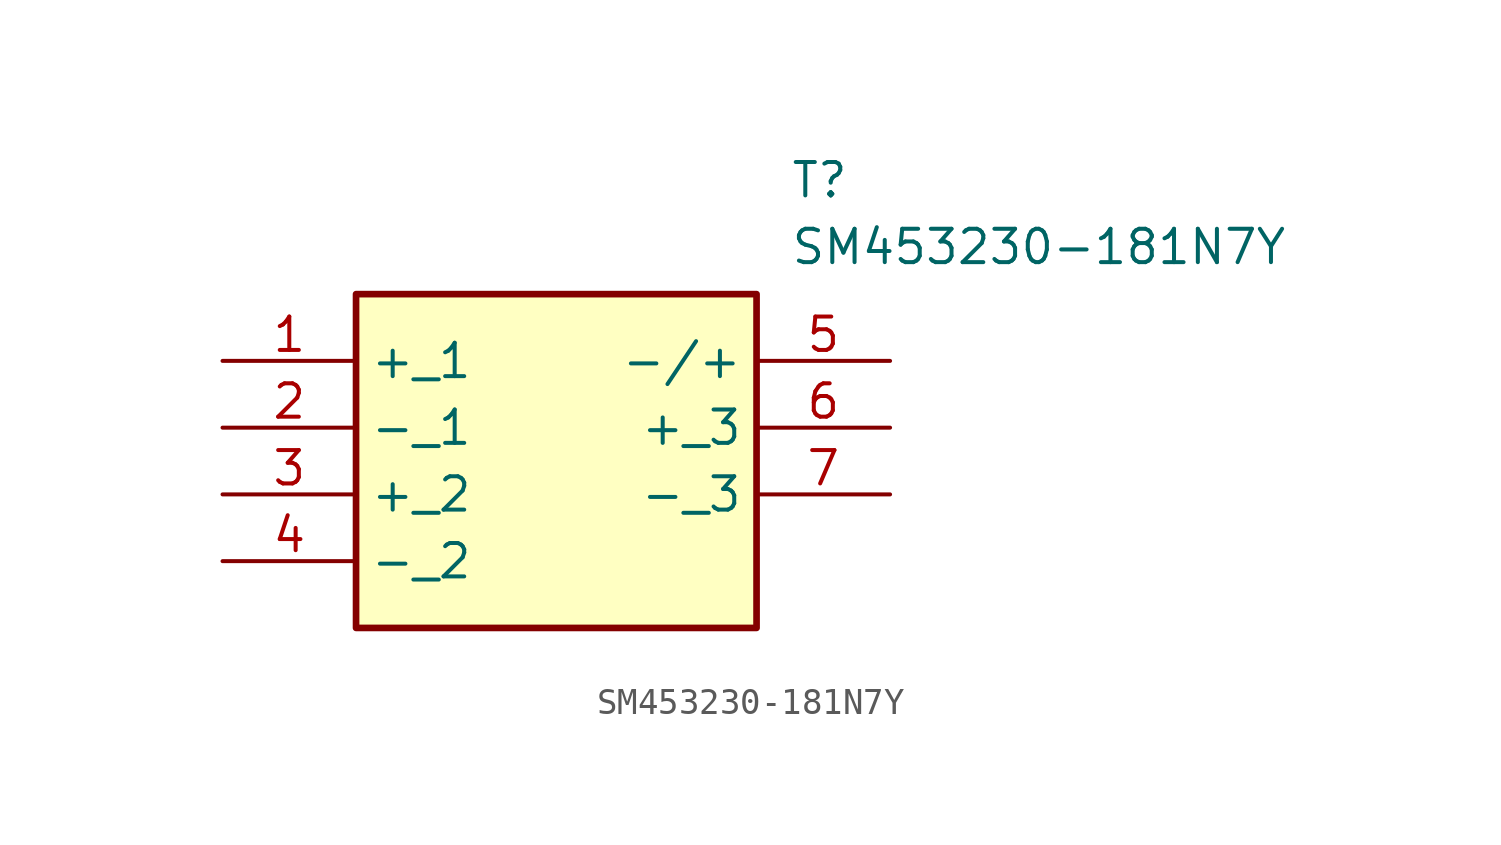
<source format=kicad_sym>
(kicad_symbol_lib
  (version 20211014)
  (generator SamacSys_ECAD_Model)
  (symbol "SM453230-181N7Y"
    (property "Reference" "T"
      (at 21.59 7.62 0)
      (effects (font (size 1.27 1.27)) (justify left top)))
    (property "Value" "SM453230-181N7Y"
      (at 21.59 5.08 0)
      (effects (font (size 1.27 1.27)) (justify left top)))
    (rectangle
      (start 5.08 2.54)
      (end 20.32 -10.16)
      (stroke (width 0.254) (type default))
      (fill (type background)))
    (pin passive line
      (at 0 0 0)
      (length 5.08)
      (name "+_1" (effects (font (size 1.27 1.27))))
      (number "1" (effects (font (size 1.27 1.27)))))
    (pin passive line
      (at 0 -2.54 0)
      (length 5.08)
      (name "-_1" (effects (font (size 1.27 1.27))))
      (number "2" (effects (font (size 1.27 1.27)))))
    (pin passive line
      (at 0 -5.08 0)
      (length 5.08)
      (name "+_2" (effects (font (size 1.27 1.27))))
      (number "3" (effects (font (size 1.27 1.27)))))
    (pin passive line
      (at 0 -7.62 0)
      (length 5.08)
      (name "-_2" (effects (font (size 1.27 1.27))))
      (number "4" (effects (font (size 1.27 1.27)))))
    (pin passive line
      (at 25.4 0 180)
      (length 5.08)
      (name "-/+" (effects (font (size 1.27 1.27))))
      (number "5" (effects (font (size 1.27 1.27)))))
    (pin passive line
      (at 25.4 -2.54 180)
      (length 5.08)
      (name "+_3" (effects (font (size 1.27 1.27))))
      (number "6" (effects (font (size 1.27 1.27)))))
    (pin passive line
      (at 25.4 -5.08 180)
      (length 5.08)
      (name "-_3" (effects (font (size 1.27 1.27))))
      (number "7" (effects (font (size 1.27 1.27)))))))
</source>
